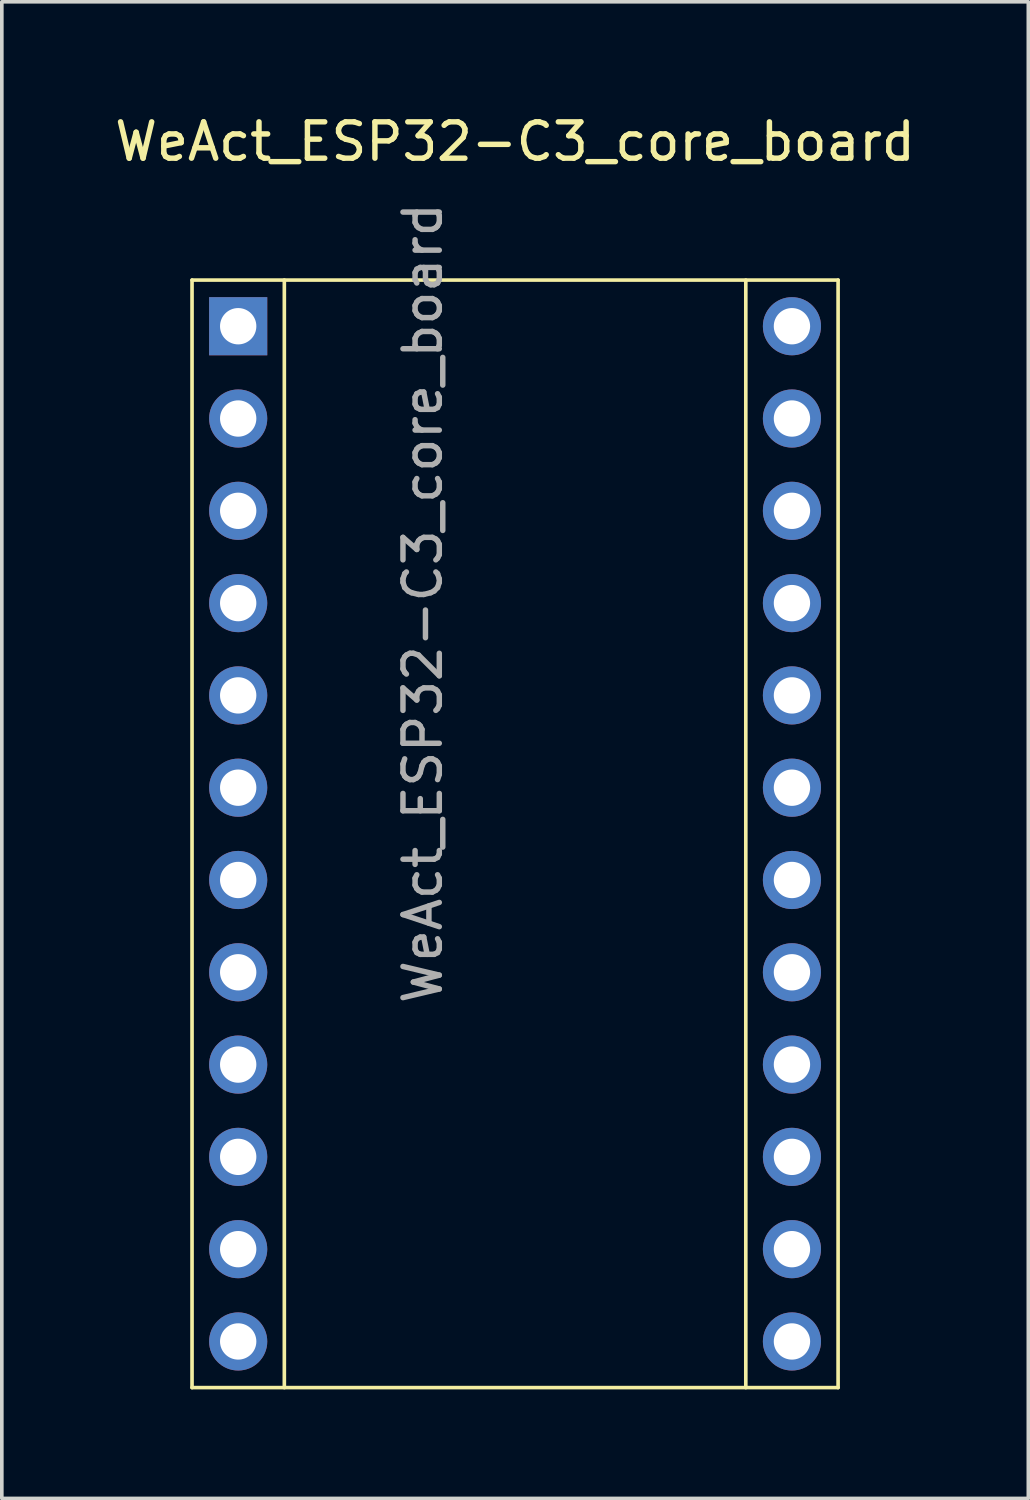
<source format=kicad_pcb>
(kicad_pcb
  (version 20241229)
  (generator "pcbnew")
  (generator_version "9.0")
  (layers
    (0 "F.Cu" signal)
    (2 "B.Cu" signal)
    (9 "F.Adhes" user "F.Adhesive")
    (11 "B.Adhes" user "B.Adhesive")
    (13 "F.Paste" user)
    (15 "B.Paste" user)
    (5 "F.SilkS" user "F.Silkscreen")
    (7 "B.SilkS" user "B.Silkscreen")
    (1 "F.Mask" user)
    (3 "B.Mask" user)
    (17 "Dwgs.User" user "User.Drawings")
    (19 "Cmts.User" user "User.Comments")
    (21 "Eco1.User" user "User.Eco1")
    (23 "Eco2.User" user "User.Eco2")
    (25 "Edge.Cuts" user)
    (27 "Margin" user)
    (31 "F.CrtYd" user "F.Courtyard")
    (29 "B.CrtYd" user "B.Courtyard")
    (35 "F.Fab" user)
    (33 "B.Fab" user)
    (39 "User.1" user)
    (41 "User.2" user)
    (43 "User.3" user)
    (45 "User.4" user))
  (footprint "WeAct_ESP32-C3_core_board"
    (layer "F.Cu")
    (at 11.125 19.898)
    (property "Reference" "WeAct_ESP32-C3_core_board" (at 0 -19.05 0) (layer "F.SilkS") (effects (font (size 1 1) (thickness 0.15))))
    (attr through_hole)
    (fp_line (start -8.89 -15.24) (end 8.89 -15.24) (stroke (width 0.1) (type default)) (layer "F.SilkS"))
    (fp_line (start -8.89 15.24) (end -8.89 -15.24) (stroke (width 0.1) (type default)) (layer "F.SilkS"))
    (fp_line (start -6.35 -15.24) (end -6.35 15.24) (stroke (width 0.1) (type default)) (layer "F.SilkS"))
    (fp_line (start 6.35 -15.24) (end 6.35 15.24) (stroke (width 0.1) (type default)) (layer "F.SilkS"))
    (fp_line (start 8.89 -15.24) (end 8.89 15.24) (stroke (width 0.1) (type default)) (layer "F.SilkS"))
    (fp_line (start 8.89 15.24) (end -8.89 15.24) (stroke (width 0.1) (type default)) (layer "F.SilkS"))
    (fp_text user "${REFERENCE}" (at -2.54 -6.35 90) (layer "F.Fab") (effects (font (size 1 1) (thickness 0.15))))
    (pad "1" thru_hole rect (at -7.62 -13.97) (size 1.6 1.6) (drill 1) (layers "*.Cu" "*.Mask"))
    (pad "2" thru_hole oval (at -7.62 -11.43) (size 1.6 1.6) (drill 1) (layers "*.Cu" "*.Mask"))
    (pad "3" thru_hole oval (at -7.62 -8.89) (size 1.6 1.6) (drill 1) (layers "*.Cu" "*.Mask"))
    (pad "4" thru_hole oval (at -7.62 -6.35) (size 1.6 1.6) (drill 1) (layers "*.Cu" "*.Mask"))
    (pad "5" thru_hole oval (at -7.62 -3.81) (size 1.6 1.6) (drill 1) (layers "*.Cu" "*.Mask"))
    (pad "6" thru_hole oval (at -7.62 -1.27) (size 1.6 1.6) (drill 1) (layers "*.Cu" "*.Mask"))
    (pad "7" thru_hole oval (at -7.62 1.27) (size 1.6 1.6) (drill 1) (layers "*.Cu" "*.Mask"))
    (pad "8" thru_hole oval (at -7.62 3.81) (size 1.6 1.6) (drill 1) (layers "*.Cu" "*.Mask"))
    (pad "9" thru_hole oval (at -7.62 6.35) (size 1.6 1.6) (drill 1) (layers "*.Cu" "*.Mask"))
    (pad "10" thru_hole oval (at -7.62 8.89) (size 1.6 1.6) (drill 1) (layers "*.Cu" "*.Mask"))
    (pad "11" thru_hole oval (at -7.62 11.43) (size 1.6 1.6) (drill 1) (layers "*.Cu" "*.Mask"))
    (pad "12" thru_hole oval (at -7.62 13.97) (size 1.6 1.6) (drill 1) (layers "*.Cu" "*.Mask"))
    (pad "13" thru_hole oval (at 7.62 13.97) (size 1.6 1.6) (drill 1) (layers "*.Cu" "*.Mask"))
    (pad "14" thru_hole oval (at 7.62 11.43) (size 1.6 1.6) (drill 1) (layers "*.Cu" "*.Mask"))
    (pad "15" thru_hole oval (at 7.62 8.89) (size 1.6 1.6) (drill 1) (layers "*.Cu" "*.Mask"))
    (pad "16" thru_hole oval (at 7.62 6.35) (size 1.6 1.6) (drill 1) (layers "*.Cu" "*.Mask"))
    (pad "17" thru_hole oval (at 7.62 3.81) (size 1.6 1.6) (drill 1) (layers "*.Cu" "*.Mask"))
    (pad "18" thru_hole oval (at 7.62 1.27) (size 1.6 1.6) (drill 1) (layers "*.Cu" "*.Mask"))
    (pad "19" thru_hole oval (at 7.62 -1.27) (size 1.6 1.6) (drill 1) (layers "*.Cu" "*.Mask"))
    (pad "20" thru_hole oval (at 7.62 -3.81) (size 1.6 1.6) (drill 1) (layers "*.Cu" "*.Mask"))
    (pad "21" thru_hole oval (at 7.62 -6.35) (size 1.6 1.6) (drill 1) (layers "*.Cu" "*.Mask"))
    (pad "22" thru_hole oval (at 7.62 -8.89) (size 1.6 1.6) (drill 1) (layers "*.Cu" "*.Mask"))
    (pad "23" thru_hole oval (at 7.62 -11.43) (size 1.6 1.6) (drill 1) (layers "*.Cu" "*.Mask"))
    (pad "24" thru_hole oval (at 7.62 -13.97) (size 1.6 1.6) (drill 1) (layers "*.Cu" "*.Mask")))
  (gr_rect
    (start -3 -3)
    (end 25.25 38.188)
    (stroke (width 0.1) (type default))
    (fill no)
    (layer "Edge.Cuts")))
</source>
